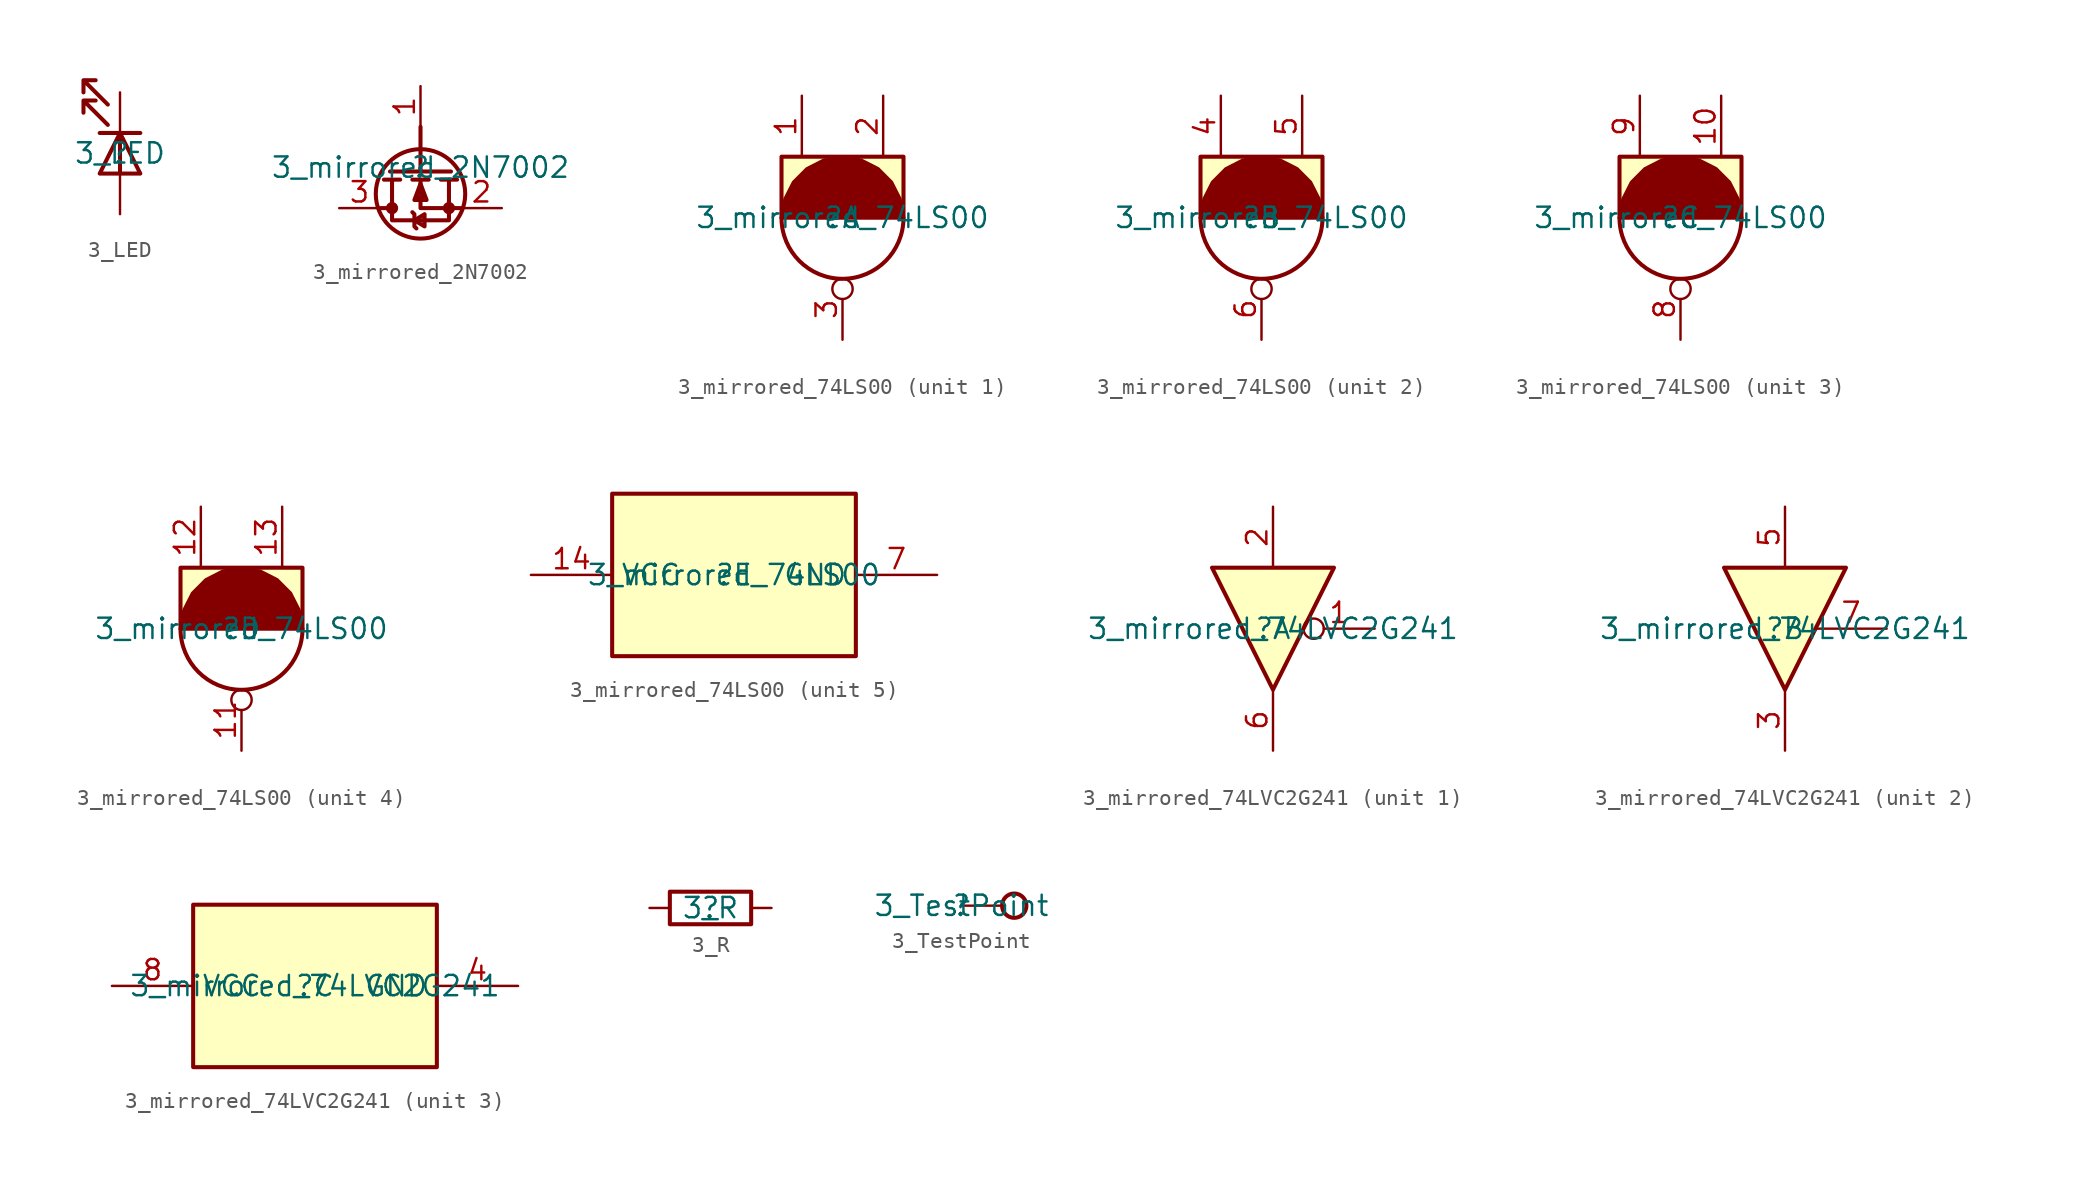
<source format=kicad_sym>
(kicad_symbol_lib
  (version 20211014)
  (generator kicad_symbol_editor)
  (symbol "3_LED"
    (property "Reference" ""
      (at 0 0 0)
      (effects (font (size 1.27 1.27))))
    (property "Value" "3_LED"
      (at 0 0 0)
      (effects (font (size 1.27 1.27))))
    (symbol "3_LED_1_0"
      (polyline (pts (xy -1.27 1.27) (xy 1.27 1.27)) (stroke (width 0.254) (type default) (color 0 0 0 0)) (fill (type none)))
      (polyline (pts (xy 0 1.27) (xy 0 -1.27)) (stroke (width 0.254) (type default) (color 0 0 0 0)) (fill (type none)))
      (polyline (pts (xy -1.27 -1.27) (xy 1.27 -1.27) (xy 0 1.27) (xy -1.27 -1.27)) (stroke (width 0.254) (type default) (color 0 0 0 0)) (fill (type none)))
      (polyline (pts (xy -0.762 1.778) (xy -2.286 3.302) (xy -2.286 2.54) (xy -2.286 3.302) (xy -1.524 3.302)) (stroke (width 0.254) (type default) (color 0 0 0 0)) (fill (type none)))
      (polyline (pts (xy -0.762 3.048) (xy -2.286 4.572) (xy -2.286 3.81) (xy -2.286 4.572) (xy -1.524 4.572)) (stroke (width 0.254) (type default) (color 0 0 0 0)) (fill (type none)))
      (pin passive line (at 0 -3.81 90) (length 2.54) (name "A" (effects (font (size 0 0)))) (number "A" (effects (font (size 0 0)))))
      (pin passive line (at 0 3.81 270) (length 2.54) (name "K" (effects (font (size 0 0)))) (number "K" (effects (font (size 0 0)))))))
  (symbol "3_mirrored_2N7002"
    (property "Reference" ""
      (at 0 0 0)
      (effects (font (size 1.27 1.27))))
    (property "Value" "3_mirrored_2N7002"
      (at 0 0 0)
      (effects (font (size 1.27 1.27))))
    (symbol "3_mirrored_2N7002_1_0"
      (circle (center -1.778 -2.54) (radius 0.254) (stroke (width 0.254) (type default) (color 0 0 0 0)) (fill (type none)))
      (circle (center 0 -1.651) (radius 2.794) (stroke (width 0.254) (type default) (color 0 0 0 0)) (fill (type none)))
      (polyline (pts (xy -2.54 -2.54) (xy -1.778 -2.54)) (stroke (width 0.254) (type default) (color 0 0 0 0)) (fill (type none)))
      (polyline (pts (xy -2.286 -0.762) (xy -1.27 -0.762)) (stroke (width 0.254) (type default) (color 0 0 0 0)) (fill (type none)))
      (polyline (pts (xy -1.905 -0.254) (xy 1.905 -0.254)) (stroke (width 0.254) (type default) (color 0 0 0 0)) (fill (type none)))
      (polyline (pts (xy -0.508 -0.762) (xy 0.508 -0.762)) (stroke (width 0.254) (type default) (color 0 0 0 0)) (fill (type none)))
      (polyline (pts (xy 0 -0.254) (xy 0 2.54)) (stroke (width 0.254) (type default) (color 0 0 0 0)) (fill (type none)))
      (polyline (pts (xy 1.27 -0.762) (xy 2.286 -0.762)) (stroke (width 0.254) (type default) (color 0 0 0 0)) (fill (type none)))
      (polyline (pts (xy 2.54 -2.54) (xy 0 -2.54) (xy 0 -0.762)) (stroke (width 0.254) (type default) (color 0 0 0 0)) (fill (type none)))
      (polyline (pts (xy -0.508 -2.794) (xy -0.381 -2.921) (xy -0.381 -3.683) (xy -0.254 -3.81)) (stroke (width 0.254) (type default) (color 0 0 0 0)) (fill (type none)))
      (polyline (pts (xy -0.381 -3.302) (xy 0.254 -2.921) (xy 0.254 -3.683) (xy -0.381 -3.302)) (stroke (width 0.254) (type default) (color 0 0 0 0)) (fill (type none)))
      (polyline (pts (xy 1.778 -0.762) (xy 1.778 -3.302) (xy -1.778 -3.302) (xy -1.778 -0.762)) (stroke (width 0.254) (type default) (color 0 0 0 0)) (fill (type none)))
      (polyline (pts (xy 0 -1.016) (xy -0.381 -2.032) (xy 0.381 -2.032) (xy 0 -1.016) (xy 0 -1.016)) (stroke (width 0.254) (type default) (color 0 0 0 0)) (fill (type outline)))
      (circle (center 1.778 -2.54) (radius 0.254) (stroke (width 0.254) (type default) (color 0 0 0 0)) (fill (type none)))
      (pin passive line (at 0 5.08 270) (length 2.54) (name "G" (effects (font (size 0 0)))) (number "1" (effects (font (size 1.27 1.27)))))
      (pin passive line (at 5.08 -2.54 180) (length 2.54) (name "S" (effects (font (size 0 0)))) (number "2" (effects (font (size 1.27 1.27)))))
      (pin passive line (at -5.08 -2.54 0) (length 2.54) (name "D" (effects (font (size 0 0)))) (number "3" (effects (font (size 1.27 1.27)))))))
  (symbol "3_mirrored_74LS00"
    (property "Reference" ""
      (at 0 0 0)
      (effects (font (size 1.27 1.27))))
    (property "Value" "3_mirrored_74LS00"
      (at 0 0 0)
      (effects (font (size 1.27 1.27))))
    (symbol "3_mirrored_74LS00_1_0"
      (arc (start -3.81 -0.0066) (mid 0 -3.81) (end 3.81 -0.0066) (stroke (width 0.254) (type default) (color 0 0 0 0)) (fill (type none)))
      (polyline (pts (xy -3.81 0) (xy -3.81 3.81) (xy 3.81 3.81) (xy 3.81 0) (xy -3.81 0)) (stroke (width 0.254) (type default) (color 0 0 0 0)) (fill (type background)))
      (polyline (pts (xy 0 0) (xy 3.81 -0.007) (xy 3.625 1.172) (xy 3.085 2.236) (xy 2.242 3.081) (xy 1.179 3.623) (xy 0 3.81) (xy -1.179 3.623) (xy -2.242 3.081) (xy -3.085 2.236) (xy -3.625 1.172) (xy -3.81 -0.007) (xy 0 0) (xy 0 0)) (stroke (width 0) (type default) (color 0 0 0 0)) (fill (type outline)))
      (pin passive line (at -2.54 7.62 270) (length 3.81) (name "1" (effects (font (size 0 0)))) (number "1" (effects (font (size 1.27 1.27)))))
      (pin passive line (at 2.54 7.62 270) (length 3.81) (name "2" (effects (font (size 0 0)))) (number "2" (effects (font (size 1.27 1.27)))))
      (pin passive inverted (at 0 -7.62 90) (length 3.81) (name "3" (effects (font (size 0 0)))) (number "3" (effects (font (size 1.27 1.27))))))
    (symbol "3_mirrored_74LS00_2_0"
      (arc (start -3.81 -0.0066) (mid 0 -3.81) (end 3.81 -0.0066) (stroke (width 0.254) (type default) (color 0 0 0 0)) (fill (type none)))
      (polyline (pts (xy -3.81 0) (xy -3.81 3.81) (xy 3.81 3.81) (xy 3.81 0) (xy -3.81 0)) (stroke (width 0.254) (type default) (color 0 0 0 0)) (fill (type background)))
      (polyline (pts (xy 0 0) (xy 3.81 -0.007) (xy 3.625 1.172) (xy 3.085 2.236) (xy 2.242 3.081) (xy 1.179 3.623) (xy 0 3.81) (xy -1.179 3.623) (xy -2.242 3.081) (xy -3.085 2.236) (xy -3.625 1.172) (xy -3.81 -0.007) (xy 0 0) (xy 0 0)) (stroke (width 0) (type default) (color 0 0 0 0)) (fill (type outline)))
      (pin passive line (at -2.54 7.62 270) (length 3.81) (name "4" (effects (font (size 0 0)))) (number "4" (effects (font (size 1.27 1.27)))))
      (pin passive line (at 2.54 7.62 270) (length 3.81) (name "5" (effects (font (size 0 0)))) (number "5" (effects (font (size 1.27 1.27)))))
      (pin passive inverted (at 0 -7.62 90) (length 3.81) (name "6" (effects (font (size 0 0)))) (number "6" (effects (font (size 1.27 1.27))))))
    (symbol "3_mirrored_74LS00_3_0"
      (arc (start -3.81 -0.0066) (mid 0 -3.81) (end 3.81 -0.0066) (stroke (width 0.254) (type default) (color 0 0 0 0)) (fill (type none)))
      (polyline (pts (xy -3.81 0) (xy -3.81 3.81) (xy 3.81 3.81) (xy 3.81 0) (xy -3.81 0)) (stroke (width 0.254) (type default) (color 0 0 0 0)) (fill (type background)))
      (polyline (pts (xy 0 0) (xy 3.81 -0.007) (xy 3.625 1.172) (xy 3.085 2.236) (xy 2.242 3.081) (xy 1.179 3.623) (xy 0 3.81) (xy -1.179 3.623) (xy -2.242 3.081) (xy -3.085 2.236) (xy -3.625 1.172) (xy -3.81 -0.007) (xy 0 0) (xy 0 0)) (stroke (width 0) (type default) (color 0 0 0 0)) (fill (type outline)))
      (pin passive line (at 2.54 7.62 270) (length 3.81) (name "10" (effects (font (size 0 0)))) (number "10" (effects (font (size 1.27 1.27)))))
      (pin passive inverted (at 0 -7.62 90) (length 3.81) (name "8" (effects (font (size 0 0)))) (number "8" (effects (font (size 1.27 1.27)))))
      (pin passive line (at -2.54 7.62 270) (length 3.81) (name "9" (effects (font (size 0 0)))) (number "9" (effects (font (size 1.27 1.27))))))
    (symbol "3_mirrored_74LS00_4_0"
      (arc (start -3.81 -0.0066) (mid 0 -3.81) (end 3.81 -0.0066) (stroke (width 0.254) (type default) (color 0 0 0 0)) (fill (type none)))
      (polyline (pts (xy -3.81 0) (xy -3.81 3.81) (xy 3.81 3.81) (xy 3.81 0) (xy -3.81 0)) (stroke (width 0.254) (type default) (color 0 0 0 0)) (fill (type background)))
      (polyline (pts (xy 0 0) (xy 3.81 -0.007) (xy 3.625 1.172) (xy 3.085 2.236) (xy 2.242 3.081) (xy 1.179 3.623) (xy 0 3.81) (xy -1.179 3.623) (xy -2.242 3.081) (xy -3.085 2.236) (xy -3.625 1.172) (xy -3.81 -0.007) (xy 0 0) (xy 0 0)) (stroke (width 0) (type default) (color 0 0 0 0)) (fill (type outline)))
      (pin passive inverted (at 0 -7.62 90) (length 3.81) (name "11" (effects (font (size 0 0)))) (number "11" (effects (font (size 1.27 1.27)))))
      (pin passive line (at -2.54 7.62 270) (length 3.81) (name "12" (effects (font (size 0 0)))) (number "12" (effects (font (size 1.27 1.27)))))
      (pin passive line (at 2.54 7.62 270) (length 3.81) (name "13" (effects (font (size 0 0)))) (number "13" (effects (font (size 1.27 1.27))))))
    (symbol "3_mirrored_74LS00_5_0"
      (rectangle (start 7.62 5.08) (end -7.62 -5.08) (stroke (width 0.254) (type default) (color 0 0 0 0)) (fill (type background)))
      (pin passive line (at -12.7 0 0) (length 5.08) (name "VCC" (effects (font (size 1.27 1.27)))) (number "14" (effects (font (size 1.27 1.27)))))
      (pin passive line (at 12.7 0 180) (length 5.08) (name "GND" (effects (font (size 1.27 1.27)))) (number "7" (effects (font (size 1.27 1.27)))))))
  (symbol "3_mirrored_74LVC2G241"
    (property "Reference" ""
      (at 0 0 0)
      (effects (font (size 1.27 1.27))))
    (property "Value" "3_mirrored_74LVC2G241"
      (at 0 0 0)
      (effects (font (size 1.27 1.27))))
    (symbol "3_mirrored_74LVC2G241_1_0"
      (polyline (pts (xy -3.81 3.81) (xy 3.81 3.81) (xy 0 -3.81) (xy -3.81 3.81) (xy -3.81 3.81)) (stroke (width 0.254) (type default) (color 0 0 0 0)) (fill (type background)))
      (pin passive inverted (at 6.35 0 180) (length 4.445) (name "1" (effects (font (size 0 0)))) (number "1" (effects (font (size 1.27 1.27)))))
      (pin passive line (at 0 7.62 270) (length 3.81) (name "2" (effects (font (size 0 0)))) (number "2" (effects (font (size 1.27 1.27)))))
      (pin passive line (at 0 -7.62 90) (length 3.81) (name "6" (effects (font (size 0 0)))) (number "6" (effects (font (size 1.27 1.27))))))
    (symbol "3_mirrored_74LVC2G241_2_0"
      (polyline (pts (xy -3.81 3.81) (xy 3.81 3.81) (xy 0 -3.81) (xy -3.81 3.81) (xy -3.81 3.81)) (stroke (width 0.254) (type default) (color 0 0 0 0)) (fill (type background)))
      (pin passive line (at 0 -7.62 90) (length 3.81) (name "3" (effects (font (size 0 0)))) (number "3" (effects (font (size 1.27 1.27)))))
      (pin passive line (at 0 7.62 270) (length 3.81) (name "5" (effects (font (size 0 0)))) (number "5" (effects (font (size 1.27 1.27)))))
      (pin passive line (at 6.35 0 180) (length 4.445) (name "7" (effects (font (size 0 0)))) (number "7" (effects (font (size 1.27 1.27))))))
    (symbol "3_mirrored_74LVC2G241_3_0"
      (rectangle (start 7.62 5.08) (end -7.62 -5.08) (stroke (width 0.254) (type default) (color 0 0 0 0)) (fill (type background)))
      (pin passive line (at 12.7 0 180) (length 5.08) (name "GND" (effects (font (size 1.27 1.27)))) (number "4" (effects (font (size 1.27 1.27)))))
      (pin passive line (at -12.7 0 0) (length 5.08) (name "VCC" (effects (font (size 1.27 1.27)))) (number "8" (effects (font (size 1.27 1.27)))))))
  (symbol "3_R"
    (property "Reference" ""
      (at 0 0 0)
      (effects (font (size 1.27 1.27))))
    (property "Value" "3_R"
      (at 0 0 0)
      (effects (font (size 1.27 1.27))))
    (symbol "3_R_1_0"
      (rectangle (start 2.54 1.016) (end -2.54 -1.016) (stroke (width 0.254) (type default) (color 0 0 0 0)) (fill (type none)))
      (pin passive line (at 3.81 0 180) (length 1.27) (name "1" (effects (font (size 0 0)))) (number "1" (effects (font (size 0 0)))))
      (pin passive line (at -3.81 0 0) (length 1.27) (name "2" (effects (font (size 0 0)))) (number "2" (effects (font (size 0 0)))))))
  (symbol "3_TestPoint"
    (property "Reference" ""
      (at 0 0 0)
      (effects (font (size 1.27 1.27))))
    (property "Value" "3_TestPoint"
      (at 0 0 0)
      (effects (font (size 1.27 1.27))))
    (symbol "3_TestPoint_1_0"
      (circle (center 3.302 0) (radius 0.762) (stroke (width 0.254) (type default) (color 0 0 0 0)) (fill (type none)))
      (pin passive line (at 0 0 0) (length 2.54) (name "1" (effects (font (size 0 0)))) (number "1" (effects (font (size 0 0))))))))
</source>
